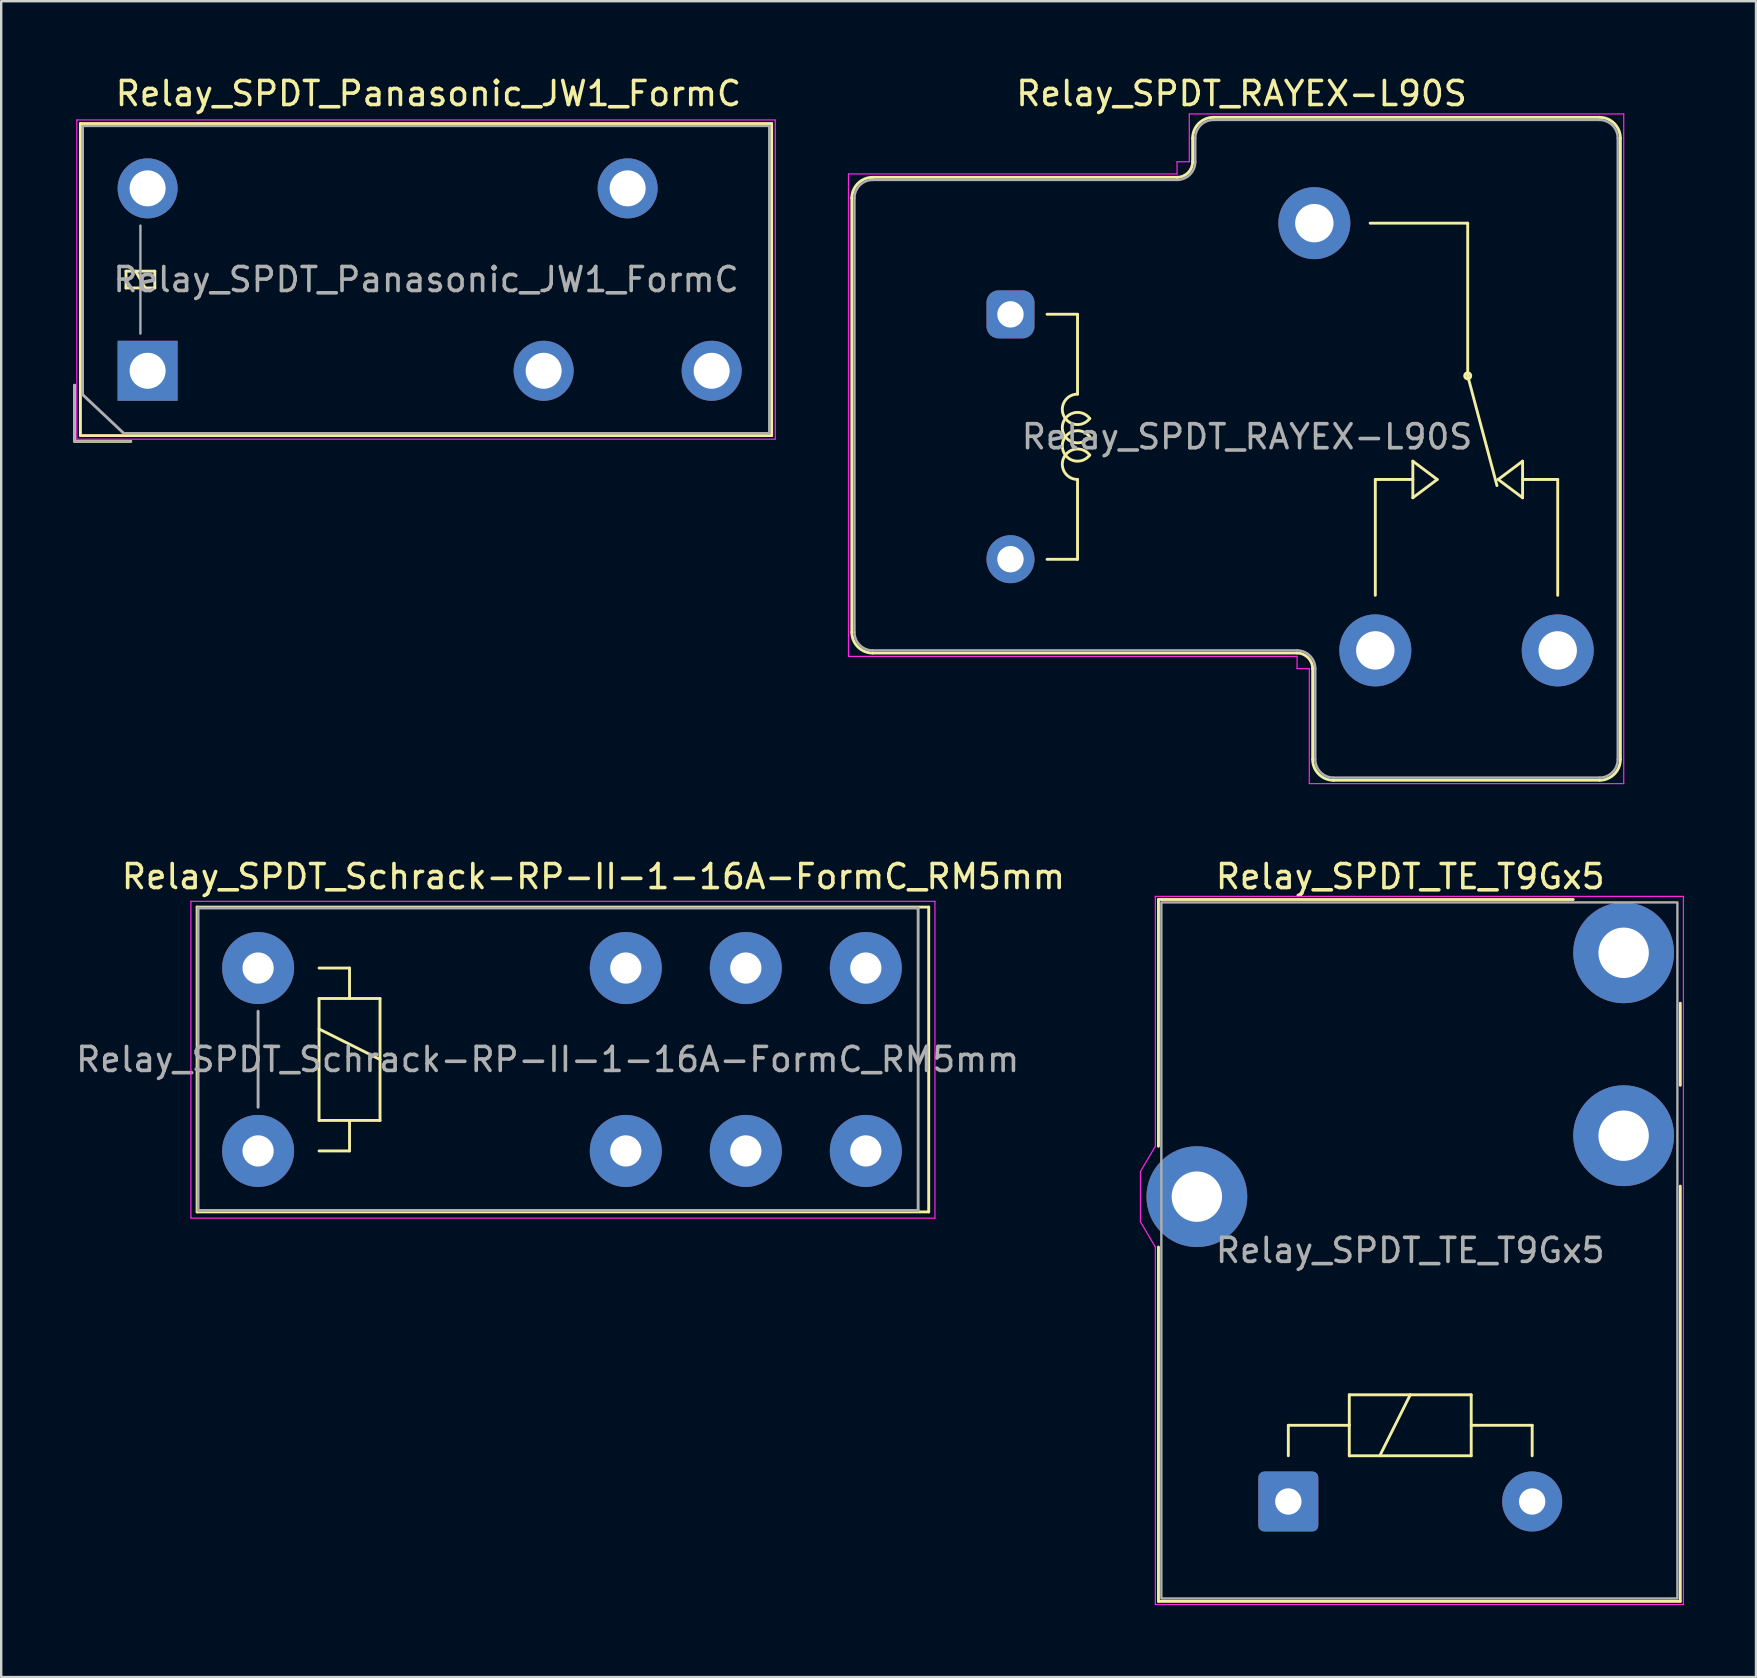
<source format=kicad_pcb>
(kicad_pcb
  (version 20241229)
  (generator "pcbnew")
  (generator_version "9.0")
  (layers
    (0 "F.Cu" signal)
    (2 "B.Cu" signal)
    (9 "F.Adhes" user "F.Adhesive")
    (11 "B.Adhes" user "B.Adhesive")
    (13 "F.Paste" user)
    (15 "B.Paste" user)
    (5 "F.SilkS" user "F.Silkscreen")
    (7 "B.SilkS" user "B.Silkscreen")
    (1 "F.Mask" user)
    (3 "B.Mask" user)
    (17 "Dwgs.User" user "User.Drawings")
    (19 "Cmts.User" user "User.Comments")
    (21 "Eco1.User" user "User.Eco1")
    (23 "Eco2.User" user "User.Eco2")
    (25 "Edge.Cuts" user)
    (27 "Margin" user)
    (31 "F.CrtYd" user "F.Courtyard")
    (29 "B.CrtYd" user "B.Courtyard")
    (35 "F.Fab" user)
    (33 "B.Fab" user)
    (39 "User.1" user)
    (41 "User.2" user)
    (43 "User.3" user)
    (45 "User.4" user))
  (footprint "Relay_SPDT_Schrack-RP-II-1-16A-FormC_RM5mm"
    (layer "F.Cu")
    (at 7.703 37.282)
    (property "Reference" "Relay_SPDT_Schrack-RP-II-1-16A-FormC_RM5mm" (at 13.97 -3.81 0) (layer "F.SilkS") (effects (font (size 1 1) (thickness 0.15))))
    (attr through_hole)
    (fp_line (start -2.54 -2.54) (end 27.94 -2.54) (stroke (width 0.12) (type solid)) (layer "F.SilkS"))
    (fp_line (start -2.54 10.16) (end -2.54 -2.54) (stroke (width 0.12) (type solid)) (layer "F.SilkS"))
    (fp_line (start 2.54 0) (end 3.81 0) (stroke (width 0.12) (type solid)) (layer "F.SilkS"))
    (fp_line (start 2.54 1.27) (end 3.81 1.27) (stroke (width 0.12) (type solid)) (layer "F.SilkS"))
    (fp_line (start 2.54 2.54) (end 5.08 3.81) (stroke (width 0.12) (type solid)) (layer "F.SilkS"))
    (fp_line (start 2.54 6.35) (end 2.54 1.27) (stroke (width 0.12) (type solid)) (layer "F.SilkS"))
    (fp_line (start 3.81 0) (end 3.81 1.27) (stroke (width 0.12) (type solid)) (layer "F.SilkS"))
    (fp_line (start 3.81 1.27) (end 5.08 1.27) (stroke (width 0.12) (type solid)) (layer "F.SilkS"))
    (fp_line (start 3.81 6.35) (end 3.81 7.62) (stroke (width 0.12) (type solid)) (layer "F.SilkS"))
    (fp_line (start 3.81 7.62) (end 2.54 7.62) (stroke (width 0.12) (type solid)) (layer "F.SilkS"))
    (fp_line (start 5.08 1.27) (end 5.08 6.35) (stroke (width 0.12) (type solid)) (layer "F.SilkS"))
    (fp_line (start 5.08 6.35) (end 2.54 6.35) (stroke (width 0.12) (type solid)) (layer "F.SilkS"))
    (fp_line (start 27.94 -2.54) (end 27.94 10.16) (stroke (width 0.12) (type solid)) (layer "F.SilkS"))
    (fp_line (start 27.94 10.16) (end -2.54 10.16) (stroke (width 0.12) (type solid)) (layer "F.SilkS"))
    (fp_line (start -2.8 -2.78) (end 28.2 -2.78) (stroke (width 0.05) (type solid)) (layer "F.CrtYd"))
    (fp_line (start -2.8 10.42) (end -2.8 -2.78) (stroke (width 0.05) (type solid)) (layer "F.CrtYd"))
    (fp_line (start 28.2 -2.78) (end 28.2 10.42) (stroke (width 0.05) (type solid)) (layer "F.CrtYd"))
    (fp_line (start 28.2 10.42) (end -2.8 10.42) (stroke (width 0.05) (type solid)) (layer "F.CrtYd"))
    (fp_line (start -2.5 -2.5) (end 27.5 -2.5) (stroke (width 0.12) (type solid)) (layer "F.Fab"))
    (fp_line (start -2.5 10.1) (end -2.5 -2.5) (stroke (width 0.12) (type solid)) (layer "F.Fab"))
    (fp_line (start 0 1.8) (end 0 5.8) (stroke (width 0.12) (type solid)) (layer "F.Fab"))
    (fp_line (start 27.5 -2.5) (end 27.5 10.1) (stroke (width 0.12) (type solid)) (layer "F.Fab"))
    (fp_line (start 27.5 10.1) (end -2.5 10.1) (stroke (width 0.12) (type solid)) (layer "F.Fab"))
    (fp_text user "${REFERENCE}" (at 12.065 3.81 0) (layer "F.Fab") (effects (font (size 1 1) (thickness 0.15))))
    (pad "11" thru_hole circle (at 20.32 0) (size 3 3) (drill 1.3) (layers "*.Cu" "*.Mask"))
    (pad "11" thru_hole circle (at 20.32 7.62) (size 3 3) (drill 1.3) (layers "*.Cu" "*.Mask"))
    (pad "12" thru_hole circle (at 15.32 0) (size 3 3) (drill 1.3) (layers "*.Cu" "*.Mask"))
    (pad "12" thru_hole circle (at 15.32 7.62) (size 3 3) (drill 1.3) (layers "*.Cu" "*.Mask"))
    (pad "14" thru_hole circle (at 25.32 0) (size 3 3) (drill 1.3) (layers "*.Cu" "*.Mask"))
    (pad "14" thru_hole circle (at 25.32 7.62) (size 3 3) (drill 1.3) (layers "*.Cu" "*.Mask"))
    (pad "A1" thru_hole circle (at 0 0) (size 3 3) (drill 1.3) (layers "*.Cu" "*.Mask"))
    (pad "A2" thru_hole circle (at 0 7.62) (size 3 3) (drill 1.3) (layers "*.Cu" "*.Mask")))
  (footprint "Relay_SPDT_Panasonic_JW1_FormC"
    (layer "F.Cu")
    (at 3.1 12.398)
    (property "Reference" "Relay_SPDT_Panasonic_JW1_FormC" (at 11.7 -11.55 180) (layer "F.SilkS") (effects (font (size 1 1) (thickness 0.15))))
    (attr through_hole)
    (fp_line (start -3.04 2.94) (end -3.04 0.6) (stroke (width 0.12) (type solid)) (layer "F.SilkS"))
    (fp_line (start -2.8 -10.3) (end -2.8 2.7) (stroke (width 0.12) (type solid)) (layer "F.SilkS"))
    (fp_line (start -2.8 2.7) (end 26 2.7) (stroke (width 0.12) (type solid)) (layer "F.SilkS"))
    (fp_line (start -0.9 -4.15) (end -0.9 -3.45) (stroke (width 0.12) (type solid)) (layer "F.SilkS"))
    (fp_line (start -0.9 -3.45) (end 0.3 -3.45) (stroke (width 0.12) (type solid)) (layer "F.SilkS"))
    (fp_line (start -0.7 2.94) (end -3.04 2.94) (stroke (width 0.12) (type solid)) (layer "F.SilkS"))
    (fp_line (start -0.1 -3.45) (end -0.5 -4.15) (stroke (width 0.12) (type solid)) (layer "F.SilkS"))
    (fp_line (start 0.3 -4.15) (end -0.9 -4.15) (stroke (width 0.12) (type solid)) (layer "F.SilkS"))
    (fp_line (start 0.3 -3.45) (end 0.3 -4.15) (stroke (width 0.12) (type solid)) (layer "F.SilkS"))
    (fp_line (start 26 -10.3) (end -2.8 -10.3) (stroke (width 0.12) (type solid)) (layer "F.SilkS"))
    (fp_line (start 26 2.7) (end 26 -10.3) (stroke (width 0.12) (type solid)) (layer "F.SilkS"))
    (fp_line (start -2.95 -10.45) (end -2.95 2.85) (stroke (width 0.05) (type solid)) (layer "F.CrtYd"))
    (fp_line (start -2.95 2.85) (end 26.15 2.85) (stroke (width 0.05) (type solid)) (layer "F.CrtYd"))
    (fp_line (start 26.15 -10.45) (end -2.95 -10.45) (stroke (width 0.05) (type solid)) (layer "F.CrtYd"))
    (fp_line (start 26.15 2.85) (end 26.15 -10.45) (stroke (width 0.05) (type solid)) (layer "F.CrtYd"))
    (fp_line (start -3.04 2.94) (end -3.04 0.6) (stroke (width 0.1) (type solid)) (layer "F.Fab"))
    (fp_line (start -2.7 -10.2) (end -2.7 1) (stroke (width 0.1) (type solid)) (layer "F.Fab"))
    (fp_line (start -1 2.6) (end -2.7 1) (stroke (width 0.12) (type solid)) (layer "F.Fab"))
    (fp_line (start -1 2.6) (end 25.9 2.6) (stroke (width 0.1) (type solid)) (layer "F.Fab"))
    (fp_line (start -0.7 2.94) (end -3.04 2.94) (stroke (width 0.1) (type solid)) (layer "F.Fab"))
    (fp_line (start -0.3 -1.55) (end -0.3 -6.05) (stroke (width 0.1) (type solid)) (layer "F.Fab"))
    (fp_line (start 25.9 -10.2) (end -2.7 -10.2) (stroke (width 0.1) (type solid)) (layer "F.Fab"))
    (fp_line (start 25.9 2.6) (end 25.9 -10.2) (stroke (width 0.1) (type solid)) (layer "F.Fab"))
    (fp_text user "${REFERENCE}" (at 11.6 -3.8 180) (layer "F.Fab") (effects (font (size 1 1) (thickness 0.15))))
    (pad "1" thru_hole rect (at 0 0 90) (size 2.5 2.5) (drill 1.5) (layers "*.Cu" "*.Mask"))
    (pad "2" thru_hole oval (at 16.5 0 90) (size 2.5 2.5) (drill 1.5) (layers "*.Cu" "*.Mask"))
    (pad "4" thru_hole oval (at 23.5 0 90) (size 2.5 2.5) (drill 1.5) (layers "*.Cu" "*.Mask"))
    (pad "6" thru_hole oval (at 20 -7.6 90) (size 2.5 2.5) (drill 1.5) (layers "*.Cu" "*.Mask"))
    (pad "8" thru_hole oval (at 0 -7.6 90) (size 2.5 2.5) (drill 1.5) (layers "*.Cu" "*.Mask")))
  (footprint "Relay_SPDT_RAYEX-L90S"
    (layer "F.Cu")
    (at 36.51 15.148)
    (property "Reference" "Relay_SPDT_RAYEX-L90S" (at 12.167 -14.3 0) (layer "F.SilkS") (effects (font (size 1 1) (thickness 0.15))))
    (attr through_hole)
    (fp_line (start -4.07 -9.94) (end -4.07 8.14) (stroke (width 0.12) (type solid)) (layer "F.SilkS"))
    (fp_line (start -3.2 -10.81) (end 9.48 -10.81) (stroke (width 0.12) (type solid)) (layer "F.SilkS"))
    (fp_line (start -3.2 9.01) (end 14.48 9.01) (stroke (width 0.12) (type solid)) (layer "F.SilkS"))
    (fp_line (start 4.064 -5.105) (end 5.334 -5.105) (stroke (width 0.12) (type solid)) (layer "F.SilkS"))
    (fp_line (start 5.334 -1.778) (end 5.334 -5.105) (stroke (width 0.12) (type solid)) (layer "F.SilkS"))
    (fp_line (start 5.334 5.105) (end 4.064 5.105) (stroke (width 0.12) (type solid)) (layer "F.SilkS"))
    (fp_line (start 5.334 5.105) (end 5.334 1.778) (stroke (width 0.12) (type solid)) (layer "F.SilkS"))
    (fp_line (start 10.13 -12.44) (end 10.13 -11.46) (stroke (width 0.12) (type solid)) (layer "F.SilkS"))
    (fp_line (start 11 -13.31) (end 27.08 -13.31) (stroke (width 0.12) (type solid)) (layer "F.SilkS"))
    (fp_line (start 15.13 9.66) (end 15.13 13.44) (stroke (width 0.12) (type solid)) (layer "F.SilkS"))
    (fp_line (start 16 14.31) (end 27.08 14.31) (stroke (width 0.12) (type solid)) (layer "F.SilkS"))
    (fp_line (start 17.74 1.778) (end 19.304 1.778) (stroke (width 0.12) (type solid)) (layer "F.SilkS"))
    (fp_line (start 17.74 6.604) (end 17.74 1.778) (stroke (width 0.12) (type solid)) (layer "F.SilkS"))
    (fp_line (start 19.304 1.016) (end 19.304 2.54) (stroke (width 0.12) (type solid)) (layer "F.SilkS"))
    (fp_line (start 19.304 2.54) (end 20.32 1.778) (stroke (width 0.12) (type solid)) (layer "F.SilkS"))
    (fp_line (start 20.32 1.778) (end 19.304 1.016) (stroke (width 0.12) (type solid)) (layer "F.SilkS"))
    (fp_line (start 21.59 -8.9) (end 17.526 -8.9) (stroke (width 0.12) (type solid)) (layer "F.SilkS"))
    (fp_line (start 21.59 -2.54) (end 21.59 -8.9) (stroke (width 0.12) (type solid)) (layer "F.SilkS"))
    (fp_line (start 21.59 -2.54) (end 22.809 2.032) (stroke (width 0.12) (type solid)) (layer "F.SilkS"))
    (fp_line (start 22.86 1.778) (end 23.876 1.016) (stroke (width 0.12) (type solid)) (layer "F.SilkS"))
    (fp_line (start 23.876 1.778) (end 25.34 1.778) (stroke (width 0.12) (type solid)) (layer "F.SilkS"))
    (fp_line (start 23.876 2.54) (end 22.86 1.778) (stroke (width 0.12) (type solid)) (layer "F.SilkS"))
    (fp_line (start 23.876 2.54) (end 23.876 1.016) (stroke (width 0.12) (type solid)) (layer "F.SilkS"))
    (fp_line (start 25.34 1.778) (end 25.34 6.604) (stroke (width 0.12) (type solid)) (layer "F.SilkS"))
    (fp_line (start 27.95 -12.44) (end 27.95 13.44) (stroke (width 0.12) (type solid)) (layer "F.SilkS"))
    (fp_arc (start -4.07 -9.94) (mid -3.815183 -10.555183) (end -3.2 -10.81) (stroke (width 0.12) (type solid)) (layer "F.SilkS"))
    (fp_arc (start -3.2 9.01) (mid -3.815183 8.755183) (end -4.07 8.14) (stroke (width 0.12) (type solid)) (layer "F.SilkS"))
    (fp_arc (start 5.334002 1.777997) (mid 4.765966 0.859166) (end 5.841802 0.76173) (stroke (width 0.12) (type solid)) (layer "F.SilkS"))
    (fp_arc (start 5.8418 -0.761733) (mid 4.765964 -0.859168) (end 5.334 -1.778) (stroke (width 0.12) (type solid)) (layer "F.SilkS"))
    (fp_arc (start 5.842265 -0.000355) (mid 4.699002 -0.38078) (end 5.842 -0.762001) (stroke (width 0.12) (type solid)) (layer "F.SilkS"))
    (fp_arc (start 5.842266 0.761644) (mid 4.699003 0.381219) (end 5.842001 -0.000002) (stroke (width 0.12) (type solid)) (layer "F.SilkS"))
    (fp_arc (start 10.13 -12.44) (mid 10.384817 -13.055183) (end 11 -13.31) (stroke (width 0.12) (type solid)) (layer "F.SilkS"))
    (fp_arc (start 10.13 -11.46) (mid 9.939619 -11.000381) (end 9.48 -10.81) (stroke (width 0.12) (type solid)) (layer "F.SilkS"))
    (fp_arc (start 14.48 9.01) (mid 14.939619 9.200381) (end 15.13 9.66) (stroke (width 0.12) (type solid)) (layer "F.SilkS"))
    (fp_arc (start 16 14.31) (mid 15.384817 14.055183) (end 15.13 13.44) (stroke (width 0.12) (type solid)) (layer "F.SilkS"))
    (fp_arc (start 27.08 -13.31) (mid 27.695183 -13.055183) (end 27.95 -12.44) (stroke (width 0.12) (type solid)) (layer "F.SilkS"))
    (fp_arc (start 27.95 13.44) (mid 27.695183 14.055183) (end 27.08 14.31) (stroke (width 0.12) (type solid)) (layer "F.SilkS"))
    (fp_circle (center 21.59 -2.54) (end 21.59 -2.413) (stroke (width 0.12) (type solid)) (fill no) (layer "F.SilkS"))
    (fp_line (start -4.21 -10.95) (end -4.21 9.15) (stroke (width 0.05) (type solid)) (layer "F.CrtYd"))
    (fp_line (start -4.21 -10.95) (end 9.48 -10.95) (stroke (width 0.05) (type solid)) (layer "F.CrtYd"))
    (fp_line (start -4.21 9.15) (end 14.48 9.15) (stroke (width 0.05) (type solid)) (layer "F.CrtYd"))
    (fp_line (start 9.48 -11.46) (end 9.48 -10.95) (stroke (width 0.05) (type solid)) (layer "F.CrtYd"))
    (fp_line (start 9.48 -11.46) (end 9.99 -11.46) (stroke (width 0.05) (type solid)) (layer "F.CrtYd"))
    (fp_line (start 9.99 -13.45) (end 9.99 -11.46) (stroke (width 0.05) (type solid)) (layer "F.CrtYd"))
    (fp_line (start 9.99 -13.45) (end 28.09 -13.45) (stroke (width 0.05) (type solid)) (layer "F.CrtYd"))
    (fp_line (start 14.48 9.15) (end 14.48 9.66) (stroke (width 0.05) (type solid)) (layer "F.CrtYd"))
    (fp_line (start 14.48 9.66) (end 14.99 9.66) (stroke (width 0.05) (type solid)) (layer "F.CrtYd"))
    (fp_line (start 14.99 9.66) (end 14.99 14.45) (stroke (width 0.05) (type solid)) (layer "F.CrtYd"))
    (fp_line (start 14.99 14.45) (end 28.09 14.45) (stroke (width 0.05) (type solid)) (layer "F.CrtYd"))
    (fp_line (start 28.09 -13.45) (end 28.09 14.45) (stroke (width 0.05) (type solid)) (layer "F.CrtYd"))
    (fp_line (start -3.96 -9.94) (end -3.96 8.14) (stroke (width 0.1) (type solid)) (layer "F.Fab"))
    (fp_line (start -3.2 -10.7) (end 9.48 -10.7) (stroke (width 0.1) (type solid)) (layer "F.Fab"))
    (fp_line (start -3.2 8.9) (end 14.48 8.9) (stroke (width 0.1) (type solid)) (layer "F.Fab"))
    (fp_line (start 10.24 -12.44) (end 10.24 -11.46) (stroke (width 0.1) (type solid)) (layer "F.Fab"))
    (fp_line (start 11 -13.2) (end 27.08 -13.2) (stroke (width 0.1) (type solid)) (layer "F.Fab"))
    (fp_line (start 15.24 9.66) (end 15.24 13.44) (stroke (width 0.1) (type solid)) (layer "F.Fab"))
    (fp_line (start 16 14.2) (end 27.08 14.2) (stroke (width 0.1) (type solid)) (layer "F.Fab"))
    (fp_line (start 27.84 -12.44) (end 27.84 13.44) (stroke (width 0.1) (type solid)) (layer "F.Fab"))
    (fp_arc (start -3.96 -9.94) (mid -3.737401 -10.477401) (end -3.2 -10.7) (stroke (width 0.1) (type solid)) (layer "F.Fab"))
    (fp_arc (start -3.2 8.9) (mid -3.737401 8.677401) (end -3.96 8.14) (stroke (width 0.1) (type solid)) (layer "F.Fab"))
    (fp_arc (start 10.24 -12.44) (mid 10.462599 -12.977401) (end 11 -13.2) (stroke (width 0.1) (type solid)) (layer "F.Fab"))
    (fp_arc (start 10.24 -11.46) (mid 10.017401 -10.922599) (end 9.48 -10.7) (stroke (width 0.1) (type solid)) (layer "F.Fab"))
    (fp_arc (start 14.48 8.9) (mid 15.017401 9.122599) (end 15.24 9.66) (stroke (width 0.1) (type solid)) (layer "F.Fab"))
    (fp_arc (start 16 14.2) (mid 15.462599 13.977401) (end 15.24 13.44) (stroke (width 0.1) (type solid)) (layer "F.Fab"))
    (fp_arc (start 27.08 -13.2) (mid 27.617401 -12.977401) (end 27.84 -12.44) (stroke (width 0.1) (type solid)) (layer "F.Fab"))
    (fp_arc (start 27.84 13.44) (mid 27.617401 13.977401) (end 27.08 14.2) (stroke (width 0.1) (type solid)) (layer "F.Fab"))
    (fp_text user "${REFERENCE}" (at 12.395 0 0) (layer "F.Fab") (effects (font (size 1 1) (thickness 0.15))))
    (pad "11" thru_hole circle (at 15.2 -8.9 180) (size 3 3) (drill 1.6) (layers "*.Cu" "*.Mask"))
    (pad "12" thru_hole circle (at 25.34 8.9 180) (size 3 3) (drill 1.6) (layers "*.Cu" "*.Mask"))
    (pad "14" thru_hole circle (at 17.74 8.9 180) (size 3 3) (drill 1.6) (layers "*.Cu" "*.Mask"))
    (pad "A1" thru_hole roundrect (at 2.54 -5.1 180) (size 2 2) (drill 1.1) (layers "*.Cu" "*.Mask") (roundrect_rratio 0.25))
    (pad "A2" thru_hole circle (at 2.54 5.1 180) (size 2 2) (drill 1.1) (layers "*.Cu" "*.Mask")))
  (footprint "Relay_SPDT_TE_T9Gx5"
    (layer "F.Cu")
    (at 50.626 59.507)
    (property "Reference" "Relay_SPDT_TE_T9Gx5" (at 5.08 -26.035 0) (unlocked yes) (layer "F.SilkS") (effects (font (size 1 1) (thickness 0.15))))
    (attr through_hole)
    (fp_line (start -5.41 -25.08) (end -5.41 -14.8) (stroke (width 0.12) (type default)) (layer "F.SilkS"))
    (fp_line (start -5.41 -25.08) (end 11.87 -25.08) (stroke (width 0.12) (type default)) (layer "F.SilkS"))
    (fp_line (start -5.41 4.16) (end -5.41 -10.6) (stroke (width 0.12) (type default)) (layer "F.SilkS"))
    (fp_line (start -5.41 4.16) (end 16.33 4.16) (stroke (width 0.12) (type default)) (layer "F.SilkS"))
    (fp_line (start 0 -3.175) (end 2.54 -3.175) (stroke (width 0.12) (type solid)) (layer "F.SilkS"))
    (fp_line (start 0 -1.905) (end 0 -3.175) (stroke (width 0.12) (type default)) (layer "F.SilkS"))
    (fp_line (start 2.54 -4.445) (end 7.62 -4.445) (stroke (width 0.12) (type solid)) (layer "F.SilkS"))
    (fp_line (start 2.54 -3.175) (end 2.54 -4.445) (stroke (width 0.12) (type solid)) (layer "F.SilkS"))
    (fp_line (start 2.54 -1.905) (end 2.54 -3.175) (stroke (width 0.12) (type solid)) (layer "F.SilkS"))
    (fp_line (start 3.81 -1.905) (end 5.08 -4.445) (stroke (width 0.12) (type solid)) (layer "F.SilkS"))
    (fp_line (start 7.62 -4.445) (end 7.62 -1.905) (stroke (width 0.12) (type solid)) (layer "F.SilkS"))
    (fp_line (start 7.62 -3.175) (end 10.16 -3.175) (stroke (width 0.12) (type solid)) (layer "F.SilkS"))
    (fp_line (start 7.62 -1.905) (end 2.54 -1.905) (stroke (width 0.12) (type solid)) (layer "F.SilkS"))
    (fp_line (start 10.16 -1.905) (end 10.16 -3.175) (stroke (width 0.12) (type default)) (layer "F.SilkS"))
    (fp_line (start 16.33 -20.76) (end 16.33 -17.34) (stroke (width 0.12) (type default)) (layer "F.SilkS"))
    (fp_line (start 16.33 4.16) (end 16.33 -13.14) (stroke (width 0.12) (type default)) (layer "F.SilkS"))
    (fp_line (start -6.16 -13.75) (end -6.16 -11.65) (stroke (width 0.05) (type default)) (layer "F.CrtYd"))
    (fp_line (start -6.16 -13.75) (end -5.54 -14.8) (stroke (width 0.05) (type default)) (layer "F.CrtYd"))
    (fp_line (start -6.16 -11.65) (end -5.54 -10.6) (stroke (width 0.05) (type default)) (layer "F.CrtYd"))
    (fp_line (start -5.54 -25.21) (end -5.54 -14.8) (stroke (width 0.05) (type default)) (layer "F.CrtYd"))
    (fp_line (start -5.54 -25.21) (end 16.46 -25.21) (stroke (width 0.05) (type default)) (layer "F.CrtYd"))
    (fp_line (start -5.54 4.29) (end -5.54 -10.6) (stroke (width 0.05) (type default)) (layer "F.CrtYd"))
    (fp_line (start 16.46 -25.21) (end 16.46 4.29) (stroke (width 0.05) (type default)) (layer "F.CrtYd"))
    (fp_line (start 16.46 4.29) (end -5.54 4.29) (stroke (width 0.05) (type default)) (layer "F.CrtYd"))
    (fp_rect (start 16.21 -24.96) (end -5.29 4.04) (stroke (width 0.1) (type default)) (fill no) (layer "F.Fab"))
    (fp_text user "${REFERENCE}" (at 5.08 -10.46 0) (unlocked yes) (layer "F.Fab") (effects (font (size 1 1) (thickness 0.15))))
    (pad "11" thru_hole circle (at -3.81 -12.7) (size 4.2 4.2) (drill 2.1) (layers "*.Cu" "*.Mask"))
    (pad "12" thru_hole circle (at 13.97 -22.86) (size 4.2 4.2) (drill 2.1) (layers "*.Cu" "*.Mask"))
    (pad "14" thru_hole circle (at 13.97 -15.24) (size 4.2 4.2) (drill 2.1) (layers "*.Cu" "*.Mask"))
    (pad "A1" thru_hole roundrect (at 0 0) (size 2.5 2.5) (drill 1.1) (layers "*.Cu" "*.Mask") (roundrect_rratio 0.1))
    (pad "A2" thru_hole circle (at 10.16 0) (size 2.5 2.5) (drill 1.1) (layers "*.Cu" "*.Mask")))
  (gr_rect
    (start -3 -3)
    (end 70.111 66.822)
    (stroke (width 0.1) (type default))
    (fill no)
    (layer "Edge.Cuts")))
</source>
